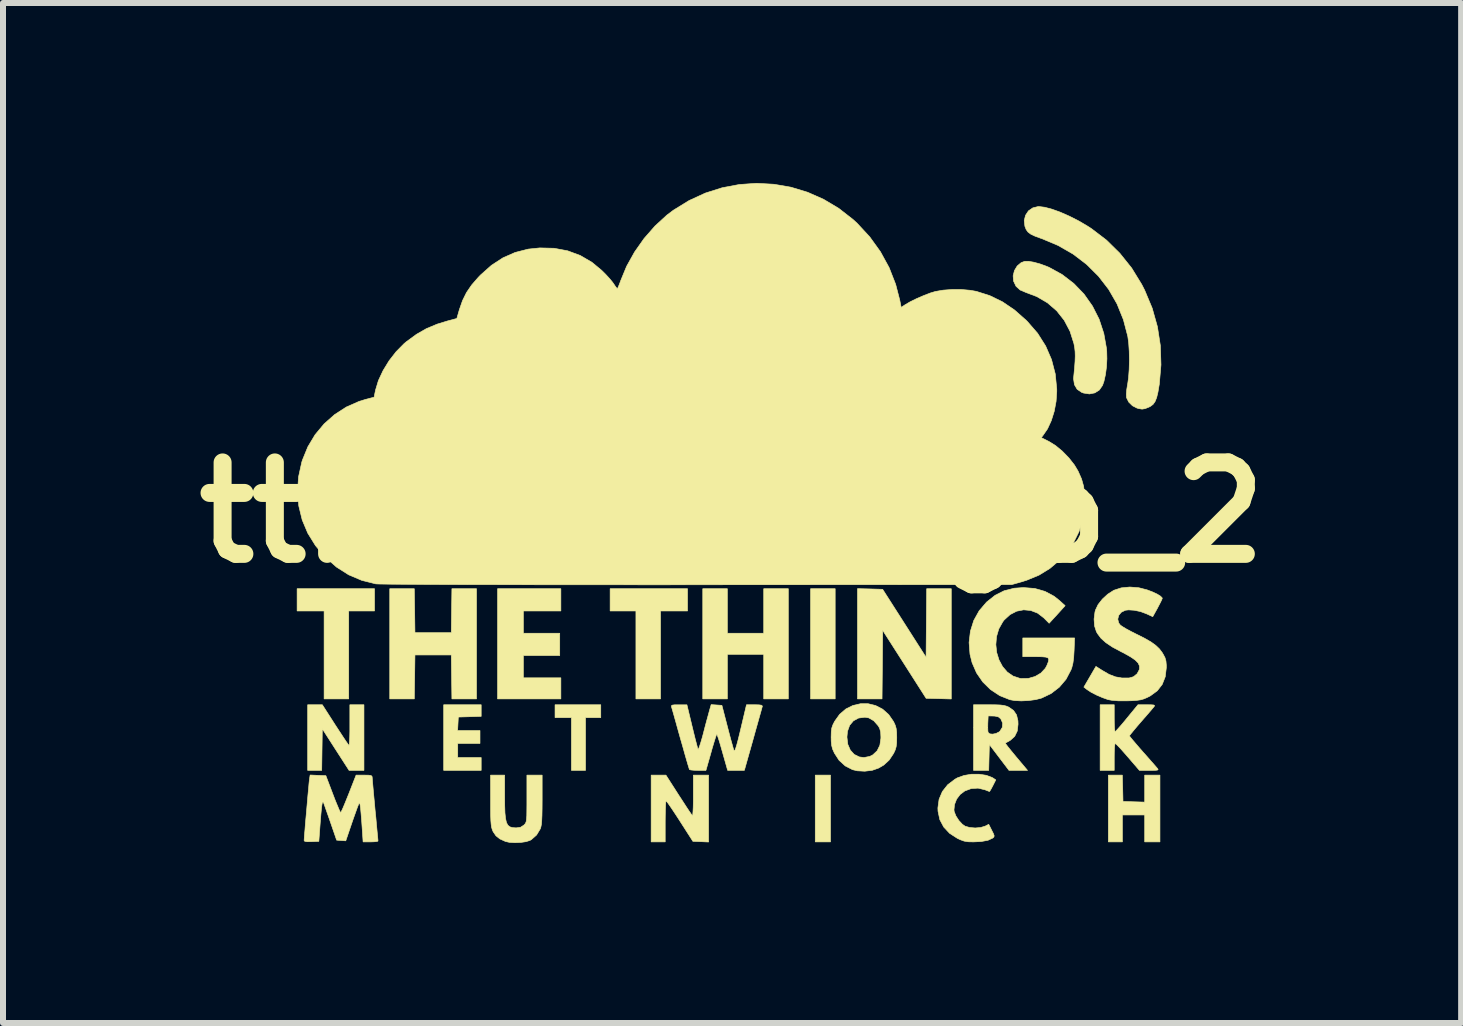
<source format=kicad_pcb>
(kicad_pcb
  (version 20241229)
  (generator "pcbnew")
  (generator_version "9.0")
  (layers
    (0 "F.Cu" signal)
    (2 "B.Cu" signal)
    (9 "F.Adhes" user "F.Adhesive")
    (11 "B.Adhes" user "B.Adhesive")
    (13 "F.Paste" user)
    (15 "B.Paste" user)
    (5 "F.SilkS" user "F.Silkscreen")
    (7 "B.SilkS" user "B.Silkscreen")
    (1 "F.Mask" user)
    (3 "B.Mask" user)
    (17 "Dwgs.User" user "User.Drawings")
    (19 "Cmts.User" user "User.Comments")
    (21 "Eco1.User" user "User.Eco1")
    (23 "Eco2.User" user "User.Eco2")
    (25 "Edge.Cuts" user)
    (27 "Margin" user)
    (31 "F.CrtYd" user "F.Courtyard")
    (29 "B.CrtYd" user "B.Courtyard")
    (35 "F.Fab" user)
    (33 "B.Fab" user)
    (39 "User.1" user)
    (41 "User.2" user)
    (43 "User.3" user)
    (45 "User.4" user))
  (footprint "ttn_muc_logo_2"
    (layer "F.Cu")
    (at 9.151 5.492)
    (property "Reference" "ttn_muc_logo_2" (at 0 0 0) (layer "F.SilkS") (effects (font (size 1.524 1.524) (thickness 0.3))))
    (attr through_hole)
    (fp_poly (pts (xy 1.641 5.49) (xy 1.387 5.49) (xy 1.387 4.377) (xy 1.641 4.377) (xy 1.641 5.49)) (stroke (width 0.01) (type solid)) (fill yes) (layer "F.SilkS"))
    (fp_poly (pts (xy 1.719 3.107) (xy 1.309 3.107) (xy 1.309 1.27) (xy 1.719 1.27) (xy 1.719 3.107)) (stroke (width 0.01) (type solid)) (fill yes) (layer "F.SilkS"))
    (fp_poly (pts (xy -5.959 1.641) (xy -6.389 1.641) (xy -6.389 3.107) (xy -6.799 3.107) (xy -6.799 1.641) (xy -7.249 1.641) (xy -7.249 1.27) (xy -5.959 1.27) (xy -5.959 1.641)) (stroke (width 0.01) (type solid)) (fill yes) (layer "F.SilkS"))
    (fp_poly (pts (xy -2.188 3.419) (xy -2.442 3.419) (xy -2.442 4.298) (xy -2.677 4.298) (xy -2.677 3.419) (xy -2.95 3.419) (xy -2.95 3.204) (xy -2.188 3.204) (xy -2.188 3.419)) (stroke (width 0.01) (type solid)) (fill yes) (layer "F.SilkS"))
    (fp_poly (pts (xy -0.742 1.641) (xy -1.192 1.641) (xy -1.192 3.107) (xy -1.602 3.107) (xy -1.602 1.641) (xy -2.032 1.641) (xy -2.032 1.27) (xy -0.742 1.27) (xy -0.742 1.641)) (stroke (width 0.01) (type solid)) (fill yes) (layer "F.SilkS"))
    (fp_poly (pts (xy -2.853 1.641) (xy -3.478 1.641) (xy -3.478 2.012) (xy -2.872 2.012) (xy -2.872 2.384) (xy -3.478 2.384) (xy -3.478 2.755) (xy -2.853 2.755) (xy -2.853 3.107) (xy -3.908 3.107) (xy -3.908 1.27) (xy -2.853 1.27) (xy -2.853 1.641)) (stroke (width 0.01) (type solid)) (fill yes) (layer "F.SilkS"))
    (fp_poly (pts (xy -0.078 2.012) (xy 0.528 2.012) (xy 0.528 1.27) (xy 0.938 1.27) (xy 0.938 3.107) (xy 0.528 3.107) (xy 0.528 2.364) (xy -0.078 2.364) (xy -0.078 3.107) (xy -0.488 3.107) (xy -0.488 1.27) (xy -0.078 1.27) (xy -0.078 2.012)) (stroke (width 0.01) (type solid)) (fill yes) (layer "F.SilkS"))
    (fp_poly (pts (xy -4.181 3.398) (xy -4.562 3.409) (xy -4.568 3.522) (xy -4.574 3.634) (xy -4.201 3.634) (xy -4.201 3.849) (xy -4.572 3.849) (xy -4.572 4.084) (xy -4.181 4.084) (xy -4.181 4.298) (xy -4.806 4.298) (xy -4.806 3.204) (xy -4.181 3.204) (xy -4.181 3.398)) (stroke (width 0.01) (type solid)) (fill yes) (layer "F.SilkS"))
    (fp_poly (pts (xy 6.511 4.596) (xy 6.516 4.816) (xy 6.878 4.827) (xy 6.878 4.377) (xy 7.132 4.377) (xy 7.132 5.49) (xy 6.878 5.49) (xy 6.878 5.041) (xy 6.506 5.041) (xy 6.506 5.49) (xy 6.272 5.49) (xy 6.272 4.377) (xy 6.505 4.377) (xy 6.511 4.596)) (stroke (width 0.01) (type solid)) (fill yes) (layer "F.SilkS"))
    (fp_poly (pts (xy 2.3 1.274) (xy 2.51 1.28) (xy 2.872 1.846) (xy 3.234 2.413) (xy 3.239 1.841) (xy 3.244 1.27) (xy 3.654 1.27) (xy 3.654 3.108) (xy 3.445 3.102) (xy 3.235 3.097) (xy 2.873 2.53) (xy 2.511 1.964) (xy 2.5 3.107) (xy 2.091 3.107) (xy 2.091 1.269) (xy 2.3 1.274)) (stroke (width 0.01) (type solid)) (fill yes) (layer "F.SilkS"))
    (fp_poly (pts (xy -5.29 1.636) (xy -5.285 2.003) (xy -4.679 2.003) (xy -4.674 1.636) (xy -4.669 1.27) (xy -4.259 1.27) (xy -4.259 3.107) (xy -4.669 3.107) (xy -4.674 2.74) (xy -4.679 2.374) (xy -5.285 2.374) (xy -5.29 2.74) (xy -5.296 3.107) (xy -5.705 3.107) (xy -5.705 1.27) (xy -5.296 1.27) (xy -5.29 1.636)) (stroke (width 0.01) (type solid)) (fill yes) (layer "F.SilkS"))
    (fp_poly (pts (xy -6.615 3.538) (xy -6.549 3.639) (xy -6.49 3.729) (xy -6.441 3.803) (xy -6.405 3.855) (xy -6.387 3.879) (xy -6.385 3.881) (xy -6.38 3.866) (xy -6.376 3.817) (xy -6.372 3.742) (xy -6.37 3.645) (xy -6.37 3.547) (xy -6.37 3.204) (xy -6.135 3.204) (xy -6.135 4.298) (xy -6.383 4.298) (xy -6.606 3.952) (xy -6.829 3.605) (xy -6.834 3.952) (xy -6.839 4.298) (xy -7.073 4.298) (xy -7.073 3.204) (xy -6.829 3.204) (xy -6.615 3.538)) (stroke (width 0.01) (type solid)) (fill yes) (layer "F.SilkS"))
    (fp_poly (pts (xy -0.888 4.711) (xy -0.822 4.812) (xy -0.764 4.902) (xy -0.715 4.976) (xy -0.679 5.028) (xy -0.661 5.052) (xy -0.659 5.054) (xy -0.655 5.038) (xy -0.651 4.99) (xy -0.647 4.914) (xy -0.645 4.818) (xy -0.645 4.72) (xy -0.645 4.377) (xy -0.391 4.377) (xy -0.391 5.492) (xy -0.522 5.486) (xy -0.652 5.481) (xy -0.868 5.144) (xy -0.934 5.042) (xy -0.993 4.953) (xy -1.042 4.881) (xy -1.078 4.831) (xy -1.097 4.808) (xy -1.099 4.807) (xy -1.104 4.825) (xy -1.108 4.876) (xy -1.111 4.954) (xy -1.113 5.052) (xy -1.114 5.148) (xy -1.114 5.49) (xy -1.348 5.49) (xy -1.348 4.377) (xy -1.102 4.377) (xy -0.888 4.711)) (stroke (width 0.01) (type solid)) (fill yes) (layer "F.SilkS"))
    (fp_poly (pts (xy 5.028 -4.172) (xy 5.131 -4.144) (xy 5.238 -4.105) (xy 5.284 -4.086) (xy 5.502 -3.966) (xy 5.697 -3.816) (xy 5.866 -3.641) (xy 6.007 -3.441) (xy 6.118 -3.222) (xy 6.196 -2.985) (xy 6.241 -2.734) (xy 6.245 -2.686) (xy 6.248 -2.562) (xy 6.241 -2.429) (xy 6.224 -2.3) (xy 6.199 -2.187) (xy 6.175 -2.119) (xy 6.122 -2.042) (xy 6.047 -1.994) (xy 5.957 -1.976) (xy 5.859 -1.991) (xy 5.828 -2.002) (xy 5.752 -2.054) (xy 5.707 -2.13) (xy 5.692 -2.229) (xy 5.695 -2.266) (xy 5.709 -2.408) (xy 5.717 -2.519) (xy 5.72 -2.607) (xy 5.718 -2.68) (xy 5.711 -2.745) (xy 5.699 -2.811) (xy 5.698 -2.816) (xy 5.633 -3.021) (xy 5.537 -3.203) (xy 5.411 -3.362) (xy 5.257 -3.495) (xy 5.077 -3.6) (xy 4.902 -3.666) (xy 4.801 -3.709) (xy 4.733 -3.771) (xy 4.693 -3.855) (xy 4.692 -3.856) (xy 4.685 -3.945) (xy 4.707 -4.033) (xy 4.753 -4.109) (xy 4.818 -4.164) (xy 4.877 -4.186) (xy 4.94 -4.187) (xy 5.028 -4.172)) (stroke (width 0.01) (type solid)) (fill yes) (layer "F.SilkS"))
    (fp_poly (pts (xy 4.39 3.205) (xy 4.469 3.208) (xy 4.526 3.215) (xy 4.57 3.226) (xy 4.608 3.242) (xy 4.613 3.244) (xy 4.692 3.3) (xy 4.742 3.374) (xy 4.765 3.472) (xy 4.767 3.529) (xy 4.754 3.642) (xy 4.711 3.731) (xy 4.639 3.796) (xy 4.621 3.807) (xy 4.579 3.83) (xy 4.556 3.843) (xy 4.555 3.843) (xy 4.564 3.859) (xy 4.594 3.899) (xy 4.642 3.959) (xy 4.702 4.032) (xy 4.736 4.073) (xy 4.925 4.298) (xy 4.616 4.298) (xy 4.453 4.083) (xy 4.289 3.867) (xy 4.278 4.298) (xy 4.025 4.298) (xy 4.025 3.584) (xy 4.262 3.584) (xy 4.264 3.64) (xy 4.268 3.666) (xy 4.295 3.689) (xy 4.343 3.694) (xy 4.399 3.683) (xy 4.451 3.657) (xy 4.465 3.645) (xy 4.505 3.581) (xy 4.51 3.509) (xy 4.48 3.441) (xy 4.478 3.438) (xy 4.439 3.406) (xy 4.381 3.393) (xy 4.355 3.392) (xy 4.269 3.39) (xy 4.263 3.515) (xy 4.262 3.584) (xy 4.025 3.584) (xy 4.025 3.204) (xy 4.28 3.204) (xy 4.39 3.205)) (stroke (width 0.01) (type solid)) (fill yes) (layer "F.SilkS"))
    (fp_poly (pts (xy -3.79 4.723) (xy -3.789 4.882) (xy -3.785 5.006) (xy -3.775 5.1) (xy -3.76 5.167) (xy -3.736 5.212) (xy -3.703 5.239) (xy -3.659 5.252) (xy -3.603 5.256) (xy -3.595 5.256) (xy -3.525 5.246) (xy -3.472 5.212) (xy -3.467 5.208) (xy -3.451 5.191) (xy -3.439 5.172) (xy -3.43 5.147) (xy -3.425 5.11) (xy -3.421 5.055) (xy -3.42 4.976) (xy -3.419 4.867) (xy -3.419 4.768) (xy -3.419 4.377) (xy -3.165 4.377) (xy -3.165 4.788) (xy -3.166 4.935) (xy -3.168 5.048) (xy -3.172 5.133) (xy -3.177 5.196) (xy -3.186 5.241) (xy -3.195 5.271) (xy -3.258 5.375) (xy -3.345 5.452) (xy -3.368 5.465) (xy -3.433 5.486) (xy -3.521 5.499) (xy -3.618 5.503) (xy -3.709 5.498) (xy -3.776 5.483) (xy -3.87 5.44) (xy -3.935 5.388) (xy -3.981 5.321) (xy -3.987 5.308) (xy -3.999 5.277) (xy -4.009 5.241) (xy -4.015 5.195) (xy -4.02 5.134) (xy -4.023 5.05) (xy -4.024 4.939) (xy -4.024 4.802) (xy -4.025 4.377) (xy -3.79 4.377) (xy -3.79 4.723)) (stroke (width 0.01) (type solid)) (fill yes) (layer "F.SilkS"))
    (fp_poly (pts (xy 4.237 4.38) (xy 4.336 4.417) (xy 4.352 4.427) (xy 4.396 4.456) (xy 4.347 4.553) (xy 4.319 4.606) (xy 4.298 4.641) (xy 4.291 4.65) (xy 4.27 4.643) (xy 4.227 4.626) (xy 4.214 4.621) (xy 4.101 4.594) (xy 3.987 4.601) (xy 3.879 4.641) (xy 3.801 4.7) (xy 3.743 4.777) (xy 3.708 4.867) (xy 3.699 4.955) (xy 3.702 4.982) (xy 3.731 5.057) (xy 3.78 5.133) (xy 3.838 5.196) (xy 3.884 5.228) (xy 3.96 5.25) (xy 4.053 5.258) (xy 4.144 5.25) (xy 4.217 5.228) (xy 4.218 5.228) (xy 4.278 5.197) (xy 4.329 5.298) (xy 4.358 5.356) (xy 4.369 5.389) (xy 4.364 5.409) (xy 4.345 5.426) (xy 4.266 5.463) (xy 4.152 5.484) (xy 4.023 5.49) (xy 3.936 5.488) (xy 3.869 5.477) (xy 3.805 5.454) (xy 3.756 5.431) (xy 3.626 5.347) (xy 3.528 5.242) (xy 3.463 5.119) (xy 3.433 4.979) (xy 3.431 4.924) (xy 3.451 4.779) (xy 3.506 4.65) (xy 3.594 4.538) (xy 3.715 4.446) (xy 3.757 4.422) (xy 3.866 4.383) (xy 3.99 4.362) (xy 4.118 4.362) (xy 4.237 4.38)) (stroke (width 0.01) (type solid)) (fill yes) (layer "F.SilkS"))
    (fp_poly (pts (xy 6.37 3.429) (xy 6.371 3.517) (xy 6.374 3.589) (xy 6.379 3.637) (xy 6.384 3.653) (xy 6.401 3.638) (xy 6.438 3.598) (xy 6.49 3.539) (xy 6.552 3.465) (xy 6.582 3.428) (xy 6.766 3.204) (xy 6.912 3.204) (xy 6.986 3.205) (xy 7.027 3.208) (xy 7.042 3.216) (xy 7.038 3.23) (xy 7.031 3.239) (xy 7.009 3.265) (xy 6.967 3.315) (xy 6.91 3.381) (xy 6.842 3.459) (xy 6.814 3.491) (xy 6.747 3.569) (xy 6.691 3.636) (xy 6.649 3.687) (xy 6.626 3.717) (xy 6.624 3.723) (xy 6.636 3.741) (xy 6.67 3.783) (xy 6.722 3.844) (xy 6.787 3.92) (xy 6.842 3.983) (xy 6.917 4.067) (xy 6.984 4.144) (xy 7.039 4.206) (xy 7.076 4.249) (xy 7.089 4.264) (xy 7.101 4.281) (xy 7.096 4.291) (xy 7.07 4.296) (xy 7.016 4.298) (xy 6.954 4.298) (xy 6.79 4.298) (xy 6.597 4.074) (xy 6.529 3.996) (xy 6.469 3.929) (xy 6.422 3.88) (xy 6.393 3.853) (xy 6.387 3.849) (xy 6.38 3.867) (xy 6.374 3.917) (xy 6.371 3.99) (xy 6.37 4.074) (xy 6.37 4.298) (xy 6.135 4.298) (xy 6.135 3.204) (xy 6.37 3.204) (xy 6.37 3.429)) (stroke (width 0.01) (type solid)) (fill yes) (layer "F.SilkS"))
    (fp_poly (pts (xy 2.269 3.187) (xy 2.394 3.218) (xy 2.51 3.278) (xy 2.611 3.368) (xy 2.692 3.485) (xy 2.719 3.543) (xy 2.735 3.597) (xy 2.743 3.661) (xy 2.745 3.75) (xy 2.745 3.751) (xy 2.743 3.841) (xy 2.735 3.905) (xy 2.719 3.959) (xy 2.693 4.015) (xy 2.62 4.125) (xy 2.529 4.209) (xy 2.442 4.26) (xy 2.336 4.297) (xy 2.212 4.312) (xy 2.088 4.305) (xy 2.008 4.286) (xy 1.887 4.224) (xy 1.784 4.13) (xy 1.706 4.01) (xy 1.676 3.943) (xy 1.66 3.882) (xy 1.653 3.812) (xy 1.652 3.743) (xy 1.915 3.743) (xy 1.929 3.863) (xy 1.971 3.96) (xy 2.036 4.032) (xy 2.122 4.074) (xy 2.198 4.084) (xy 2.296 4.065) (xy 2.347 4.039) (xy 2.419 3.971) (xy 2.464 3.879) (xy 2.481 3.762) (xy 2.481 3.74) (xy 2.477 3.657) (xy 2.46 3.597) (xy 2.437 3.556) (xy 2.362 3.471) (xy 2.279 3.423) (xy 2.215 3.412) (xy 2.108 3.426) (xy 2.023 3.472) (xy 1.96 3.547) (xy 1.924 3.647) (xy 1.915 3.743) (xy 1.652 3.743) (xy 1.652 3.742) (xy 1.654 3.655) (xy 1.662 3.593) (xy 1.681 3.538) (xy 1.71 3.481) (xy 1.794 3.363) (xy 1.898 3.274) (xy 2.015 3.216) (xy 2.141 3.187) (xy 2.269 3.187)) (stroke (width 0.01) (type solid)) (fill yes) (layer "F.SilkS"))
    (fp_poly (pts (xy 5.21 -5.088) (xy 5.331 -5.056) (xy 5.47 -5.006) (xy 5.62 -4.94) (xy 5.772 -4.863) (xy 5.921 -4.776) (xy 5.992 -4.73) (xy 6.241 -4.54) (xy 6.464 -4.32) (xy 6.661 -4.074) (xy 6.828 -3.802) (xy 6.877 -3.706) (xy 7.003 -3.405) (xy 7.09 -3.096) (xy 7.139 -2.781) (xy 7.149 -2.461) (xy 7.121 -2.136) (xy 7.12 -2.132) (xy 7.099 -2.007) (xy 7.077 -1.915) (xy 7.05 -1.848) (xy 7.017 -1.802) (xy 6.973 -1.769) (xy 6.947 -1.756) (xy 6.884 -1.731) (xy 6.834 -1.723) (xy 6.778 -1.732) (xy 6.748 -1.741) (xy 6.674 -1.779) (xy 6.612 -1.84) (xy 6.576 -1.912) (xy 6.574 -1.923) (xy 6.572 -1.973) (xy 6.578 -2.046) (xy 6.591 -2.127) (xy 6.593 -2.135) (xy 6.609 -2.247) (xy 6.619 -2.385) (xy 6.623 -2.536) (xy 6.62 -2.687) (xy 6.611 -2.826) (xy 6.596 -2.936) (xy 6.523 -3.214) (xy 6.417 -3.476) (xy 6.278 -3.718) (xy 6.108 -3.938) (xy 5.91 -4.135) (xy 5.685 -4.307) (xy 5.434 -4.451) (xy 5.161 -4.566) (xy 5.15 -4.569) (xy 5.049 -4.606) (xy 4.978 -4.64) (xy 4.932 -4.675) (xy 4.902 -4.717) (xy 4.881 -4.771) (xy 4.87 -4.866) (xy 4.892 -4.954) (xy 4.94 -5.027) (xy 5.012 -5.077) (xy 5.1 -5.099) (xy 5.112 -5.1) (xy 5.21 -5.088)) (stroke (width 0.01) (type solid)) (fill yes) (layer "F.SilkS"))
    (fp_poly (pts (xy 5.046 1.266) (xy 5.216 1.315) (xy 5.368 1.396) (xy 5.459 1.469) (xy 5.552 1.553) (xy 5.419 1.7) (xy 5.285 1.846) (xy 5.197 1.757) (xy 5.093 1.677) (xy 4.979 1.633) (xy 4.86 1.622) (xy 4.743 1.645) (xy 4.633 1.702) (xy 4.536 1.791) (xy 4.513 1.821) (xy 4.446 1.94) (xy 4.408 2.069) (xy 4.397 2.202) (xy 4.411 2.333) (xy 4.449 2.456) (xy 4.508 2.567) (xy 4.587 2.659) (xy 4.683 2.726) (xy 4.796 2.764) (xy 4.818 2.767) (xy 4.938 2.765) (xy 5.051 2.733) (xy 5.148 2.676) (xy 5.222 2.597) (xy 5.249 2.546) (xy 5.272 2.487) (xy 5.279 2.447) (xy 5.266 2.423) (xy 5.229 2.41) (xy 5.162 2.404) (xy 5.06 2.403) (xy 4.846 2.403) (xy 4.846 2.091) (xy 5.709 2.091) (xy 5.701 2.301) (xy 5.694 2.418) (xy 5.682 2.509) (xy 5.663 2.585) (xy 5.649 2.623) (xy 5.567 2.779) (xy 5.455 2.911) (xy 5.316 3.018) (xy 5.161 3.092) (xy 5.063 3.118) (xy 4.944 3.134) (xy 4.821 3.14) (xy 4.708 3.134) (xy 4.631 3.12) (xy 4.461 3.052) (xy 4.309 2.952) (xy 4.179 2.824) (xy 4.075 2.673) (xy 4.001 2.503) (xy 3.966 2.362) (xy 3.951 2.167) (xy 3.973 1.978) (xy 4.029 1.8) (xy 4.119 1.638) (xy 4.241 1.495) (xy 4.244 1.492) (xy 4.385 1.38) (xy 4.536 1.304) (xy 4.702 1.262) (xy 4.856 1.251) (xy 5.046 1.266)) (stroke (width 0.01) (type solid)) (fill yes) (layer "F.SilkS"))
    (fp_poly (pts (xy -6.901 4.381) (xy -6.77 4.386) (xy -6.653 4.694) (xy -6.614 4.796) (xy -6.578 4.883) (xy -6.55 4.95) (xy -6.53 4.992) (xy -6.523 5.002) (xy -6.513 4.985) (xy -6.49 4.937) (xy -6.459 4.864) (xy -6.422 4.773) (xy -6.388 4.689) (xy -6.266 4.377) (xy -6.132 4.377) (xy -6.06 4.378) (xy -6.02 4.383) (xy -6.002 4.395) (xy -5.998 4.411) (xy -5.996 4.439) (xy -5.991 4.5) (xy -5.983 4.59) (xy -5.973 4.701) (xy -5.961 4.829) (xy -5.95 4.953) (xy -5.936 5.09) (xy -5.925 5.214) (xy -5.915 5.32) (xy -5.907 5.402) (xy -5.902 5.456) (xy -5.901 5.476) (xy -5.918 5.483) (xy -5.965 5.488) (xy -6.025 5.49) (xy -6.149 5.49) (xy -6.162 5.3) (xy -6.173 5.141) (xy -6.183 5.019) (xy -6.191 4.93) (xy -6.199 4.873) (xy -6.206 4.843) (xy -6.213 4.84) (xy -6.224 4.863) (xy -6.245 4.916) (xy -6.273 4.994) (xy -6.307 5.089) (xy -6.333 5.164) (xy -6.438 5.472) (xy -6.514 5.467) (xy -6.59 5.461) (xy -6.698 5.148) (xy -6.734 5.045) (xy -6.766 4.955) (xy -6.791 4.884) (xy -6.807 4.84) (xy -6.812 4.828) (xy -6.821 4.824) (xy -6.829 4.839) (xy -6.836 4.876) (xy -6.844 4.941) (xy -6.853 5.037) (xy -6.863 5.16) (xy -6.887 5.481) (xy -7.009 5.486) (xy -7.081 5.487) (xy -7.12 5.481) (xy -7.132 5.467) (xy -7.13 5.436) (xy -7.126 5.373) (xy -7.118 5.285) (xy -7.11 5.178) (xy -7.099 5.058) (xy -7.088 4.933) (xy -7.077 4.808) (xy -7.067 4.692) (xy -7.057 4.59) (xy -7.05 4.508) (xy -7.044 4.455) (xy -7.042 4.439) (xy -7.032 4.375) (xy -6.901 4.381)) (stroke (width 0.01) (type solid)) (fill yes) (layer "F.SilkS"))
    (fp_poly (pts (xy -0.169 3.214) (xy -0.073 3.585) (xy -0.043 3.7) (xy -0.016 3.801) (xy 0.007 3.883) (xy 0.023 3.94) (xy 0.032 3.965) (xy 0.032 3.966) (xy 0.041 3.968) (xy 0.051 3.955) (xy 0.063 3.923) (xy 0.08 3.868) (xy 0.102 3.786) (xy 0.13 3.672) (xy 0.155 3.567) (xy 0.241 3.204) (xy 0.376 3.204) (xy 0.45 3.206) (xy 0.491 3.212) (xy 0.505 3.225) (xy 0.505 3.231) (xy 0.498 3.256) (xy 0.482 3.314) (xy 0.458 3.399) (xy 0.428 3.506) (xy 0.393 3.63) (xy 0.355 3.767) (xy 0.352 3.778) (xy 0.205 4.298) (xy 0.066 4.298) (xy -0.073 4.298) (xy -0.159 3.996) (xy -0.188 3.894) (xy -0.214 3.806) (xy -0.236 3.74) (xy -0.25 3.701) (xy -0.254 3.693) (xy -0.262 3.711) (xy -0.279 3.76) (xy -0.302 3.834) (xy -0.33 3.927) (xy -0.349 3.996) (xy -0.435 4.298) (xy -0.568 4.298) (xy -0.636 4.296) (xy -0.687 4.291) (xy -0.71 4.284) (xy -0.71 4.284) (xy -0.717 4.262) (xy -0.734 4.207) (xy -0.758 4.125) (xy -0.788 4.021) (xy -0.822 3.899) (xy -0.859 3.771) (xy -0.897 3.636) (xy -0.931 3.513) (xy -0.961 3.406) (xy -0.985 3.321) (xy -1.002 3.263) (xy -1.009 3.239) (xy -1.01 3.22) (xy -0.994 3.21) (xy -0.955 3.205) (xy -0.885 3.205) (xy -0.752 3.205) (xy -0.665 3.566) (xy -0.637 3.681) (xy -0.612 3.782) (xy -0.59 3.865) (xy -0.575 3.922) (xy -0.566 3.948) (xy -0.566 3.948) (xy -0.557 3.937) (xy -0.541 3.895) (xy -0.519 3.827) (xy -0.493 3.738) (xy -0.48 3.689) (xy -0.452 3.58) (xy -0.424 3.475) (xy -0.399 3.384) (xy -0.381 3.318) (xy -0.378 3.306) (xy -0.348 3.202) (xy -0.169 3.214)) (stroke (width 0.01) (type solid)) (fill yes) (layer "F.SilkS"))
    (fp_poly (pts (xy 6.78 1.254) (xy 6.917 1.289) (xy 7.009 1.324) (xy 7.086 1.36) (xy 7.142 1.395) (xy 7.169 1.423) (xy 7.171 1.429) (xy 7.162 1.454) (xy 7.138 1.503) (xy 7.104 1.568) (xy 7.092 1.592) (xy 7.012 1.736) (xy 6.907 1.688) (xy 6.808 1.651) (xy 6.703 1.629) (xy 6.609 1.623) (xy 6.556 1.629) (xy 6.488 1.662) (xy 6.445 1.714) (xy 6.429 1.777) (xy 6.444 1.84) (xy 6.472 1.877) (xy 6.506 1.901) (xy 6.567 1.938) (xy 6.647 1.981) (xy 6.738 2.027) (xy 6.751 2.033) (xy 6.883 2.1) (xy 6.985 2.159) (xy 7.062 2.215) (xy 7.121 2.271) (xy 7.169 2.334) (xy 7.185 2.361) (xy 7.216 2.419) (xy 7.232 2.475) (xy 7.238 2.543) (xy 7.238 2.589) (xy 7.22 2.738) (xy 7.17 2.865) (xy 7.088 2.971) (xy 6.972 3.056) (xy 6.917 3.084) (xy 6.862 3.107) (xy 6.809 3.122) (xy 6.745 3.131) (xy 6.661 3.137) (xy 6.584 3.139) (xy 6.438 3.139) (xy 6.325 3.129) (xy 6.266 3.118) (xy 6.174 3.085) (xy 6.074 3.042) (xy 5.983 2.995) (xy 5.915 2.95) (xy 5.914 2.949) (xy 5.864 2.91) (xy 6.065 2.565) (xy 6.167 2.63) (xy 6.284 2.698) (xy 6.39 2.739) (xy 6.497 2.758) (xy 6.618 2.758) (xy 6.691 2.737) (xy 6.752 2.687) (xy 6.788 2.619) (xy 6.791 2.607) (xy 6.791 2.557) (xy 6.768 2.508) (xy 6.72 2.459) (xy 6.641 2.405) (xy 6.531 2.343) (xy 6.483 2.319) (xy 6.341 2.243) (xy 6.232 2.17) (xy 6.15 2.097) (xy 6.091 2.018) (xy 6.073 1.987) (xy 6.042 1.891) (xy 6.034 1.776) (xy 6.049 1.658) (xy 6.058 1.625) (xy 6.101 1.535) (xy 6.172 1.444) (xy 6.261 1.362) (xy 6.359 1.299) (xy 6.364 1.296) (xy 6.487 1.256) (xy 6.629 1.242) (xy 6.78 1.254)) (stroke (width 0.01) (type solid)) (fill yes) (layer "F.SilkS"))
    (fp_poly (pts (xy 0.698 -5.471) (xy 0.982 -5.422) (xy 1.259 -5.338) (xy 1.526 -5.22) (xy 1.779 -5.069) (xy 2.016 -4.884) (xy 2.084 -4.822) (xy 2.295 -4.594) (xy 2.473 -4.347) (xy 2.618 -4.082) (xy 2.727 -3.803) (xy 2.795 -3.541) (xy 2.819 -3.419) (xy 2.88 -3.46) (xy 2.965 -3.51) (xy 3.074 -3.564) (xy 3.192 -3.615) (xy 3.306 -3.659) (xy 3.39 -3.684) (xy 3.517 -3.706) (xy 3.666 -3.717) (xy 3.821 -3.717) (xy 3.968 -3.704) (xy 4.071 -3.686) (xy 4.295 -3.615) (xy 4.505 -3.513) (xy 4.706 -3.377) (xy 4.902 -3.204) (xy 4.923 -3.183) (xy 5.093 -2.987) (xy 5.227 -2.775) (xy 5.325 -2.549) (xy 5.387 -2.31) (xy 5.412 -2.058) (xy 5.412 -2.016) (xy 5.401 -1.852) (xy 5.37 -1.687) (xy 5.321 -1.531) (xy 5.258 -1.394) (xy 5.184 -1.286) (xy 5.182 -1.285) (xy 5.162 -1.256) (xy 5.16 -1.245) (xy 5.18 -1.235) (xy 5.226 -1.212) (xy 5.285 -1.182) (xy 5.393 -1.115) (xy 5.506 -1.021) (xy 5.614 -0.91) (xy 5.706 -0.793) (xy 5.768 -0.689) (xy 5.825 -0.56) (xy 5.86 -0.436) (xy 5.877 -0.305) (xy 5.877 -0.153) (xy 5.876 -0.127) (xy 5.846 0.105) (xy 5.783 0.318) (xy 5.686 0.514) (xy 5.552 0.697) (xy 5.463 0.792) (xy 5.298 0.932) (xy 5.116 1.044) (xy 4.91 1.129) (xy 4.816 1.158) (xy 4.66 1.202) (xy -0.586 1.204) (xy -1.067 1.205) (xy -1.534 1.205) (xy -1.986 1.204) (xy -2.42 1.204) (xy -2.836 1.204) (xy -3.233 1.204) (xy -3.608 1.203) (xy -3.961 1.202) (xy -4.289 1.202) (xy -4.592 1.201) (xy -4.868 1.2) (xy -5.116 1.199) (xy -5.334 1.197) (xy -5.521 1.196) (xy -5.675 1.195) (xy -5.795 1.193) (xy -5.88 1.192) (xy -5.927 1.19) (xy -5.936 1.19) (xy -6.171 1.131) (xy -6.39 1.038) (xy -6.593 0.909) (xy -6.78 0.744) (xy -6.942 0.553) (xy -7.071 0.345) (xy -7.164 0.124) (xy -7.221 -0.109) (xy -7.242 -0.349) (xy -7.225 -0.594) (xy -7.171 -0.841) (xy -7.16 -0.875) (xy -7.07 -1.095) (xy -6.949 -1.297) (xy -6.799 -1.477) (xy -6.624 -1.632) (xy -6.429 -1.758) (xy -6.216 -1.852) (xy -6.102 -1.887) (xy -5.966 -1.922) (xy -5.942 -2.04) (xy -5.894 -2.199) (xy -5.817 -2.364) (xy -5.717 -2.528) (xy -5.599 -2.68) (xy -5.469 -2.812) (xy -5.429 -2.846) (xy -5.261 -2.969) (xy -5.094 -3.065) (xy -4.914 -3.14) (xy -4.741 -3.193) (xy -4.587 -3.234) (xy -4.545 -3.38) (xy -4.492 -3.532) (xy -4.426 -3.666) (xy -4.34 -3.792) (xy -4.227 -3.922) (xy -4.191 -3.959) (xy -4.009 -4.121) (xy -3.818 -4.245) (xy -3.616 -4.334) (xy -3.398 -4.39) (xy -3.204 -4.41) (xy -2.966 -4.404) (xy -2.741 -4.362) (xy -2.53 -4.284) (xy -2.335 -4.17) (xy -2.172 -4.035) (xy -2.103 -3.966) (xy -2.04 -3.897) (xy -1.992 -3.839) (xy -1.973 -3.812) (xy -1.942 -3.766) (xy -1.919 -3.737) (xy -1.913 -3.732) (xy -1.901 -3.749) (xy -1.882 -3.794) (xy -1.858 -3.857) (xy -1.856 -3.864) (xy -1.757 -4.104) (xy -1.625 -4.341) (xy -1.466 -4.567) (xy -1.284 -4.775) (xy -1.087 -4.956) (xy -0.977 -5.039) (xy -0.717 -5.199) (xy -0.445 -5.324) (xy -0.164 -5.413) (xy 0.122 -5.467) (xy 0.41 -5.487) (xy 0.698 -5.471)) (stroke (width 0.01) (type solid)) (fill yes) (layer "F.SilkS")))
  (gr_rect
    (start -3 -3)
    (end 21.303 14)
    (stroke (width 0.1) (type default))
    (fill no)
    (layer "Edge.Cuts")))
</source>
